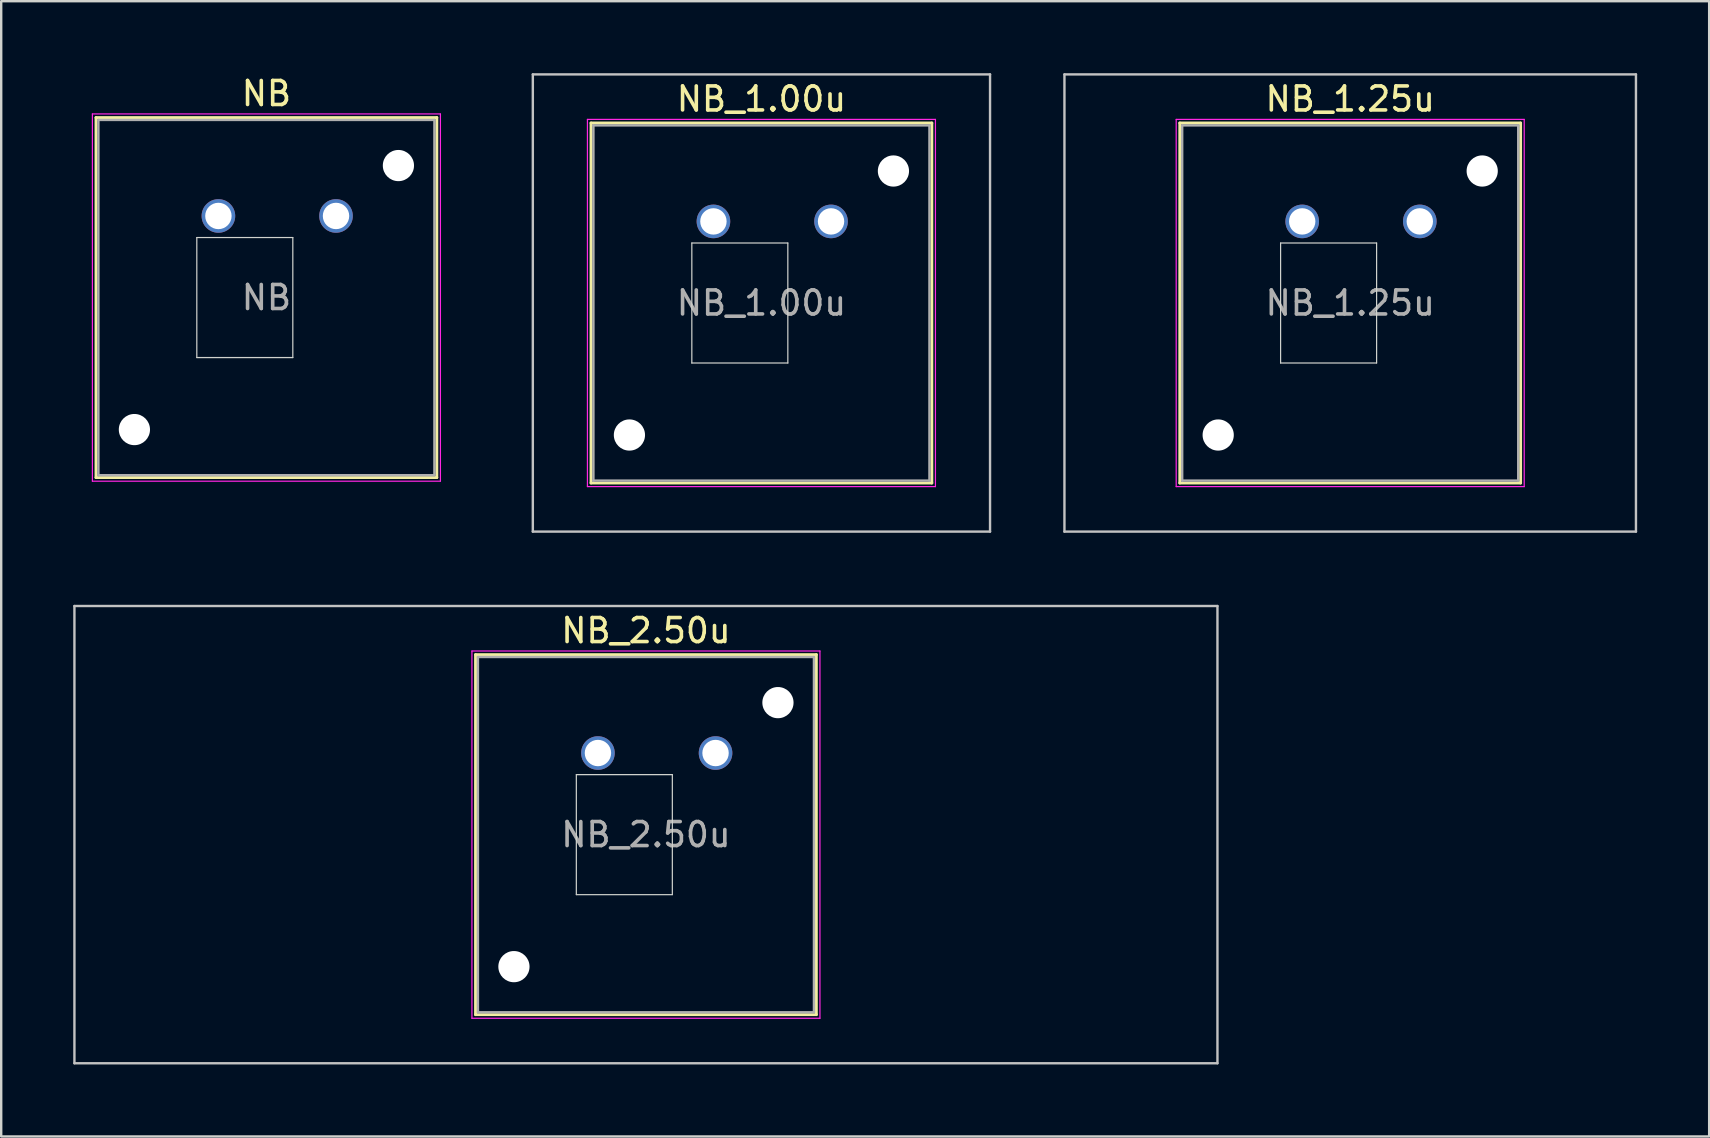
<source format=kicad_pcb>
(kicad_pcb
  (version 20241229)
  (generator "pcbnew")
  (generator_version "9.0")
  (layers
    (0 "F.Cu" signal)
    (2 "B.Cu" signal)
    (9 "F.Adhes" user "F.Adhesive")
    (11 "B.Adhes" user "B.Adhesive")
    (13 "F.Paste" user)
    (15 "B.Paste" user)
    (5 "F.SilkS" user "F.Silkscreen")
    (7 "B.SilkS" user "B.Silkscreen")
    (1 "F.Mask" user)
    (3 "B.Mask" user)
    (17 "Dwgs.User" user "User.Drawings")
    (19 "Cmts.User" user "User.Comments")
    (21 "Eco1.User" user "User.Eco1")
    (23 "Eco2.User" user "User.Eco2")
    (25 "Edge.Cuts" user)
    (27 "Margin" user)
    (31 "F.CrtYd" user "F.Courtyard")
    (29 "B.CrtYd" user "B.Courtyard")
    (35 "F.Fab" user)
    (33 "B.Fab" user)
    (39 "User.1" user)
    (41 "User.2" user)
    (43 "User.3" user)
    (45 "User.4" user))
  (footprint "NB_1.25u"
    (layer "F.Cu")
    (at 53.206 9.575)
    (property "Reference" "NB_1.25u" (at 0 -8.5 0) (layer "F.SilkS") (effects (font (size 1 1) (thickness 0.15))))
    (attr through_hole)
    (fp_line (start -7.1 -7.5) (end -7.1 7.5) (stroke (width 0.12) (type solid)) (layer "F.SilkS"))
    (fp_line (start -7.1 7.5) (end 7.1 7.5) (stroke (width 0.12) (type solid)) (layer "F.SilkS"))
    (fp_line (start 7.1 -7.5) (end -7.1 -7.5) (stroke (width 0.12) (type solid)) (layer "F.SilkS"))
    (fp_line (start 7.1 7.5) (end 7.1 -7.5) (stroke (width 0.12) (type solid)) (layer "F.SilkS"))
    (fp_line (start -11.906 -9.525) (end -11.906 9.525) (stroke (width 0.1) (type solid)) (layer "Dwgs.User"))
    (fp_line (start -11.906 9.525) (end 11.906 9.525) (stroke (width 0.1) (type solid)) (layer "Dwgs.User"))
    (fp_line (start 11.906 -9.525) (end -11.906 -9.525) (stroke (width 0.1) (type solid)) (layer "Dwgs.User"))
    (fp_line (start 11.906 9.525) (end 11.906 -9.525) (stroke (width 0.1) (type solid)) (layer "Dwgs.User"))
    (fp_line (start -8 -8) (end -8 8) (stroke (width 0.1) (type solid)) (layer "Eco1.User"))
    (fp_line (start -8 8) (end 8 8) (stroke (width 0.1) (type solid)) (layer "Eco1.User"))
    (fp_line (start 8 -8) (end -8 -8) (stroke (width 0.1) (type solid)) (layer "Eco1.User"))
    (fp_line (start 8 8) (end 8 -8) (stroke (width 0.1) (type solid)) (layer "Eco1.User"))
    (fp_line (start -2.9 -2.5) (end 1.1 -2.5) (stroke (width 0.05) (type solid)) (layer "Edge.Cuts"))
    (fp_line (start -2.9 2.5) (end -2.9 -2.5) (stroke (width 0.05) (type solid)) (layer "Edge.Cuts"))
    (fp_line (start 1.1 -2.5) (end 1.1 2.5) (stroke (width 0.05) (type solid)) (layer "Edge.Cuts"))
    (fp_line (start 1.1 2.5) (end -2.9 2.5) (stroke (width 0.05) (type solid)) (layer "Edge.Cuts"))
    (fp_line (start -7.25 -7.65) (end -7.25 7.65) (stroke (width 0.05) (type solid)) (layer "F.CrtYd"))
    (fp_line (start -7.25 7.65) (end 7.25 7.65) (stroke (width 0.05) (type solid)) (layer "F.CrtYd"))
    (fp_line (start 7.25 -7.65) (end -7.25 -7.65) (stroke (width 0.05) (type solid)) (layer "F.CrtYd"))
    (fp_line (start 7.25 7.65) (end 7.25 -7.65) (stroke (width 0.05) (type solid)) (layer "F.CrtYd"))
    (fp_line (start -7 -7.4) (end -7 7.4) (stroke (width 0.1) (type solid)) (layer "F.Fab"))
    (fp_line (start -7 7.4) (end 7 7.4) (stroke (width 0.1) (type solid)) (layer "F.Fab"))
    (fp_line (start 7 -7.4) (end -7 -7.4) (stroke (width 0.1) (type solid)) (layer "F.Fab"))
    (fp_line (start 7 7.4) (end 7 -7.4) (stroke (width 0.1) (type solid)) (layer "F.Fab"))
    (fp_text user "${REFERENCE}" (at 0 0 0) (layer "F.Fab") (effects (font (size 1 1) (thickness 0.15))))
    (pad "" np_thru_hole circle (at -5.5 5.5) (size 1.3 1.3) (drill 1.3) (layers "*.Cu" "*.Mask"))
    (pad "" np_thru_hole circle (at 5.5 -5.5) (size 1.3 1.3) (drill 1.3) (layers "*.Cu" "*.Mask"))
    (pad "1" thru_hole circle (at -2 -3.4) (size 1.4 1.4) (drill 1.1) (layers "*.Cu" "*.Mask"))
    (pad "2" thru_hole circle (at 2.9 -3.4) (size 1.4 1.4) (drill 1.1) (layers "*.Cu" "*.Mask")))
  (footprint "NB_1.00u"
    (layer "F.Cu")
    (at 28.675 9.575)
    (property "Reference" "NB_1.00u" (at 0 -8.5 0) (layer "F.SilkS") (effects (font (size 1 1) (thickness 0.15))))
    (attr through_hole)
    (fp_line (start -7.1 -7.5) (end -7.1 7.5) (stroke (width 0.12) (type solid)) (layer "F.SilkS"))
    (fp_line (start -7.1 7.5) (end 7.1 7.5) (stroke (width 0.12) (type solid)) (layer "F.SilkS"))
    (fp_line (start 7.1 -7.5) (end -7.1 -7.5) (stroke (width 0.12) (type solid)) (layer "F.SilkS"))
    (fp_line (start 7.1 7.5) (end 7.1 -7.5) (stroke (width 0.12) (type solid)) (layer "F.SilkS"))
    (fp_line (start -9.525 -9.525) (end -9.525 9.525) (stroke (width 0.1) (type solid)) (layer "Dwgs.User"))
    (fp_line (start -9.525 9.525) (end 9.525 9.525) (stroke (width 0.1) (type solid)) (layer "Dwgs.User"))
    (fp_line (start 9.525 -9.525) (end -9.525 -9.525) (stroke (width 0.1) (type solid)) (layer "Dwgs.User"))
    (fp_line (start 9.525 9.525) (end 9.525 -9.525) (stroke (width 0.1) (type solid)) (layer "Dwgs.User"))
    (fp_line (start -8 -8) (end -8 8) (stroke (width 0.1) (type solid)) (layer "Eco1.User"))
    (fp_line (start -8 8) (end 8 8) (stroke (width 0.1) (type solid)) (layer "Eco1.User"))
    (fp_line (start 8 -8) (end -8 -8) (stroke (width 0.1) (type solid)) (layer "Eco1.User"))
    (fp_line (start 8 8) (end 8 -8) (stroke (width 0.1) (type solid)) (layer "Eco1.User"))
    (fp_line (start -2.9 -2.5) (end 1.1 -2.5) (stroke (width 0.05) (type solid)) (layer "Edge.Cuts"))
    (fp_line (start -2.9 2.5) (end -2.9 -2.5) (stroke (width 0.05) (type solid)) (layer "Edge.Cuts"))
    (fp_line (start 1.1 -2.5) (end 1.1 2.5) (stroke (width 0.05) (type solid)) (layer "Edge.Cuts"))
    (fp_line (start 1.1 2.5) (end -2.9 2.5) (stroke (width 0.05) (type solid)) (layer "Edge.Cuts"))
    (fp_line (start -7.25 -7.65) (end -7.25 7.65) (stroke (width 0.05) (type solid)) (layer "F.CrtYd"))
    (fp_line (start -7.25 7.65) (end 7.25 7.65) (stroke (width 0.05) (type solid)) (layer "F.CrtYd"))
    (fp_line (start 7.25 -7.65) (end -7.25 -7.65) (stroke (width 0.05) (type solid)) (layer "F.CrtYd"))
    (fp_line (start 7.25 7.65) (end 7.25 -7.65) (stroke (width 0.05) (type solid)) (layer "F.CrtYd"))
    (fp_line (start -7 -7.4) (end -7 7.4) (stroke (width 0.1) (type solid)) (layer "F.Fab"))
    (fp_line (start -7 7.4) (end 7 7.4) (stroke (width 0.1) (type solid)) (layer "F.Fab"))
    (fp_line (start 7 -7.4) (end -7 -7.4) (stroke (width 0.1) (type solid)) (layer "F.Fab"))
    (fp_line (start 7 7.4) (end 7 -7.4) (stroke (width 0.1) (type solid)) (layer "F.Fab"))
    (fp_text user "${REFERENCE}" (at 0 0 0) (layer "F.Fab") (effects (font (size 1 1) (thickness 0.15))))
    (pad "" np_thru_hole circle (at -5.5 5.5) (size 1.3 1.3) (drill 1.3) (layers "*.Cu" "*.Mask"))
    (pad "" np_thru_hole circle (at 5.5 -5.5) (size 1.3 1.3) (drill 1.3) (layers "*.Cu" "*.Mask"))
    (pad "1" thru_hole circle (at -2 -3.4) (size 1.4 1.4) (drill 1.1) (layers "*.Cu" "*.Mask"))
    (pad "2" thru_hole circle (at 2.9 -3.4) (size 1.4 1.4) (drill 1.1) (layers "*.Cu" "*.Mask")))
  (footprint "NB"
    (layer "F.Cu")
    (at 8.05 9.348)
    (property "Reference" "NB" (at 0 -8.5 0) (layer "F.SilkS") (effects (font (size 1 1) (thickness 0.15))))
    (attr through_hole)
    (fp_line (start -7.1 -7.5) (end -7.1 7.5) (stroke (width 0.12) (type solid)) (layer "F.SilkS"))
    (fp_line (start -7.1 7.5) (end 7.1 7.5) (stroke (width 0.12) (type solid)) (layer "F.SilkS"))
    (fp_line (start 7.1 -7.5) (end -7.1 -7.5) (stroke (width 0.12) (type solid)) (layer "F.SilkS"))
    (fp_line (start 7.1 7.5) (end 7.1 -7.5) (stroke (width 0.12) (type solid)) (layer "F.SilkS"))
    (fp_line (start -8 -8) (end -8 8) (stroke (width 0.1) (type solid)) (layer "Eco1.User"))
    (fp_line (start -8 8) (end 8 8) (stroke (width 0.1) (type solid)) (layer "Eco1.User"))
    (fp_line (start 8 -8) (end -8 -8) (stroke (width 0.1) (type solid)) (layer "Eco1.User"))
    (fp_line (start 8 8) (end 8 -8) (stroke (width 0.1) (type solid)) (layer "Eco1.User"))
    (fp_line (start -2.9 -2.5) (end 1.1 -2.5) (stroke (width 0.05) (type solid)) (layer "Edge.Cuts"))
    (fp_line (start -2.9 2.5) (end -2.9 -2.5) (stroke (width 0.05) (type solid)) (layer "Edge.Cuts"))
    (fp_line (start 1.1 -2.5) (end 1.1 2.5) (stroke (width 0.05) (type solid)) (layer "Edge.Cuts"))
    (fp_line (start 1.1 2.5) (end -2.9 2.5) (stroke (width 0.05) (type solid)) (layer "Edge.Cuts"))
    (fp_line (start -7.25 -7.65) (end -7.25 7.65) (stroke (width 0.05) (type solid)) (layer "F.CrtYd"))
    (fp_line (start -7.25 7.65) (end 7.25 7.65) (stroke (width 0.05) (type solid)) (layer "F.CrtYd"))
    (fp_line (start 7.25 -7.65) (end -7.25 -7.65) (stroke (width 0.05) (type solid)) (layer "F.CrtYd"))
    (fp_line (start 7.25 7.65) (end 7.25 -7.65) (stroke (width 0.05) (type solid)) (layer "F.CrtYd"))
    (fp_line (start -7 -7.4) (end -7 7.4) (stroke (width 0.1) (type solid)) (layer "F.Fab"))
    (fp_line (start -7 7.4) (end 7 7.4) (stroke (width 0.1) (type solid)) (layer "F.Fab"))
    (fp_line (start 7 -7.4) (end -7 -7.4) (stroke (width 0.1) (type solid)) (layer "F.Fab"))
    (fp_line (start 7 7.4) (end 7 -7.4) (stroke (width 0.1) (type solid)) (layer "F.Fab"))
    (fp_text user "${REFERENCE}" (at 0 0 0) (layer "F.Fab") (effects (font (size 1 1) (thickness 0.15))))
    (pad "" np_thru_hole circle (at -5.5 5.5) (size 1.3 1.3) (drill 1.3) (layers "*.Cu" "*.Mask"))
    (pad "" np_thru_hole circle (at 5.5 -5.5) (size 1.3 1.3) (drill 1.3) (layers "*.Cu" "*.Mask"))
    (pad "1" thru_hole circle (at -2 -3.4) (size 1.4 1.4) (drill 1.1) (layers "*.Cu" "*.Mask"))
    (pad "2" thru_hole circle (at 2.9 -3.4) (size 1.4 1.4) (drill 1.1) (layers "*.Cu" "*.Mask")))
  (footprint "NB_2.50u"
    (layer "F.Cu")
    (at 23.863 31.725)
    (property "Reference" "NB_2.50u" (at 0 -8.5 0) (layer "F.SilkS") (effects (font (size 1 1) (thickness 0.15))))
    (attr through_hole)
    (fp_line (start -7.1 -7.5) (end -7.1 7.5) (stroke (width 0.12) (type solid)) (layer "F.SilkS"))
    (fp_line (start -7.1 7.5) (end 7.1 7.5) (stroke (width 0.12) (type solid)) (layer "F.SilkS"))
    (fp_line (start 7.1 -7.5) (end -7.1 -7.5) (stroke (width 0.12) (type solid)) (layer "F.SilkS"))
    (fp_line (start 7.1 7.5) (end 7.1 -7.5) (stroke (width 0.12) (type solid)) (layer "F.SilkS"))
    (fp_line (start -23.812 -9.525) (end -23.812 9.525) (stroke (width 0.1) (type solid)) (layer "Dwgs.User"))
    (fp_line (start -23.812 9.525) (end 23.812 9.525) (stroke (width 0.1) (type solid)) (layer "Dwgs.User"))
    (fp_line (start 23.812 -9.525) (end -23.812 -9.525) (stroke (width 0.1) (type solid)) (layer "Dwgs.User"))
    (fp_line (start 23.812 9.525) (end 23.812 -9.525) (stroke (width 0.1) (type solid)) (layer "Dwgs.User"))
    (fp_line (start -8 -8) (end -8 8) (stroke (width 0.1) (type solid)) (layer "Eco1.User"))
    (fp_line (start -8 8) (end 8 8) (stroke (width 0.1) (type solid)) (layer "Eco1.User"))
    (fp_line (start 8 -8) (end -8 -8) (stroke (width 0.1) (type solid)) (layer "Eco1.User"))
    (fp_line (start 8 8) (end 8 -8) (stroke (width 0.1) (type solid)) (layer "Eco1.User"))
    (fp_line (start -2.9 -2.5) (end 1.1 -2.5) (stroke (width 0.05) (type solid)) (layer "Edge.Cuts"))
    (fp_line (start -2.9 2.5) (end -2.9 -2.5) (stroke (width 0.05) (type solid)) (layer "Edge.Cuts"))
    (fp_line (start 1.1 -2.5) (end 1.1 2.5) (stroke (width 0.05) (type solid)) (layer "Edge.Cuts"))
    (fp_line (start 1.1 2.5) (end -2.9 2.5) (stroke (width 0.05) (type solid)) (layer "Edge.Cuts"))
    (fp_line (start -7.25 -7.65) (end -7.25 7.65) (stroke (width 0.05) (type solid)) (layer "F.CrtYd"))
    (fp_line (start -7.25 7.65) (end 7.25 7.65) (stroke (width 0.05) (type solid)) (layer "F.CrtYd"))
    (fp_line (start 7.25 -7.65) (end -7.25 -7.65) (stroke (width 0.05) (type solid)) (layer "F.CrtYd"))
    (fp_line (start 7.25 7.65) (end 7.25 -7.65) (stroke (width 0.05) (type solid)) (layer "F.CrtYd"))
    (fp_line (start -7 -7.4) (end -7 7.4) (stroke (width 0.1) (type solid)) (layer "F.Fab"))
    (fp_line (start -7 7.4) (end 7 7.4) (stroke (width 0.1) (type solid)) (layer "F.Fab"))
    (fp_line (start 7 -7.4) (end -7 -7.4) (stroke (width 0.1) (type solid)) (layer "F.Fab"))
    (fp_line (start 7 7.4) (end 7 -7.4) (stroke (width 0.1) (type solid)) (layer "F.Fab"))
    (fp_text user "${REFERENCE}" (at 0 0 0) (layer "F.Fab") (effects (font (size 1 1) (thickness 0.15))))
    (pad "" np_thru_hole circle (at -5.5 5.5) (size 1.3 1.3) (drill 1.3) (layers "*.Cu" "*.Mask"))
    (pad "" np_thru_hole circle (at 5.5 -5.5) (size 1.3 1.3) (drill 1.3) (layers "*.Cu" "*.Mask"))
    (pad "1" thru_hole circle (at -2 -3.4) (size 1.4 1.4) (drill 1.1) (layers "*.Cu" "*.Mask"))
    (pad "2" thru_hole circle (at 2.9 -3.4) (size 1.4 1.4) (drill 1.1) (layers "*.Cu" "*.Mask")))
  (gr_rect
    (start -3 -3)
    (end 68.162 44.3)
    (stroke (width 0.1) (type default))
    (fill no)
    (layer "Edge.Cuts")))
</source>
